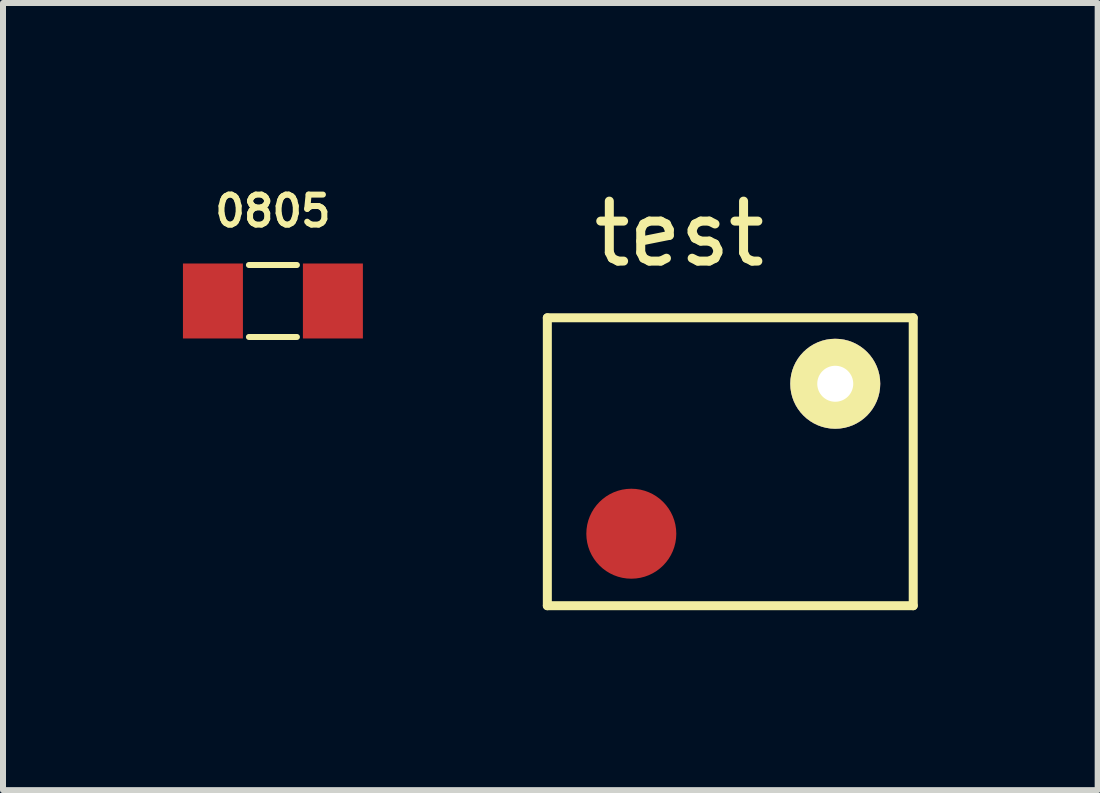
<source format=kicad_pcb>
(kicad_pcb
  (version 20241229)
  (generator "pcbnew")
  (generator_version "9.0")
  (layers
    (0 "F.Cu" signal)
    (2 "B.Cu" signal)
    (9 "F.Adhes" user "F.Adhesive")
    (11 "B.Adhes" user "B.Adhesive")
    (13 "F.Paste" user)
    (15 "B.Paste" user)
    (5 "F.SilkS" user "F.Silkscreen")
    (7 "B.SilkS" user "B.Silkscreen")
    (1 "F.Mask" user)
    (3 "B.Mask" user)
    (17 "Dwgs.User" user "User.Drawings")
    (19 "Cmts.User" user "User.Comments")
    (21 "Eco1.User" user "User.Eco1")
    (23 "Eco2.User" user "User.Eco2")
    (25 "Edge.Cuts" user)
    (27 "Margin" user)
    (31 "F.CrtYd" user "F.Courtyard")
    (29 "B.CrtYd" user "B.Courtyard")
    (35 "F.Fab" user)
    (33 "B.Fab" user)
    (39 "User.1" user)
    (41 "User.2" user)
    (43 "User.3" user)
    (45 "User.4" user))
  (footprint "test"
    (layer "F.Cu")
    (at 8.275 4.448)
    (property "Reference" "test" (at 0 -3.6 0) (layer "F.SilkS") (effects (font (size 1 1) (thickness 0.15))))
    (attr through_hole)
    (fp_line (start -2.2 -2.2) (end -2.2 2.6) (stroke (width 0.15) (type solid)) (layer "F.SilkS"))
    (fp_line (start -2.2 -2.2) (end 3.9 -2.2) (stroke (width 0.15) (type solid)) (layer "F.SilkS"))
    (fp_line (start 3.9 -2.2) (end 3.9 2.6) (stroke (width 0.15) (type solid)) (layer "F.SilkS"))
    (fp_line (start 3.9 2.6) (end -2.2 2.6) (stroke (width 0.15) (type solid)) (layer "F.SilkS"))
    (pad "1" thru_hole circle (at 2.6 -1.1) (size 1.5 1.5) (drill 0.6) (layers "*.Cu" "*.Mask" "F.SilkS"))
    (pad "2" smd circle (at -0.8 1.4) (size 1.5 1.5) (layers "F.Cu" "F.Mask" "F.Paste")))
  (footprint "0805"
    (layer "F.Cu")
    (at 1.5 1.968)
    (property "Reference" "0805" (at 0 -1.5 0) (layer "F.SilkS") (effects (font (size 0.5 0.5) (thickness 0.1))))
    (attr through_hole)
    (fp_line (start -0.4 -0.6) (end 0.4 -0.6) (stroke (width 0.1) (type solid)) (layer "F.SilkS"))
    (fp_line (start -0.4 0.6) (end 0.4 0.6) (stroke (width 0.1) (type solid)) (layer "F.SilkS"))
    (pad "1" smd rect (at -1 0) (size 1 1.25) (layers "F.Cu" "F.Mask" "F.Paste"))
    (pad "2" smd rect (at 1 0) (size 1 1.25) (layers "F.Cu" "F.Mask" "F.Paste")))
  (gr_rect
    (start -3 -3)
    (end 15.25 10.123)
    (stroke (width 0.1) (type default))
    (fill no)
    (layer "Edge.Cuts")))
</source>
